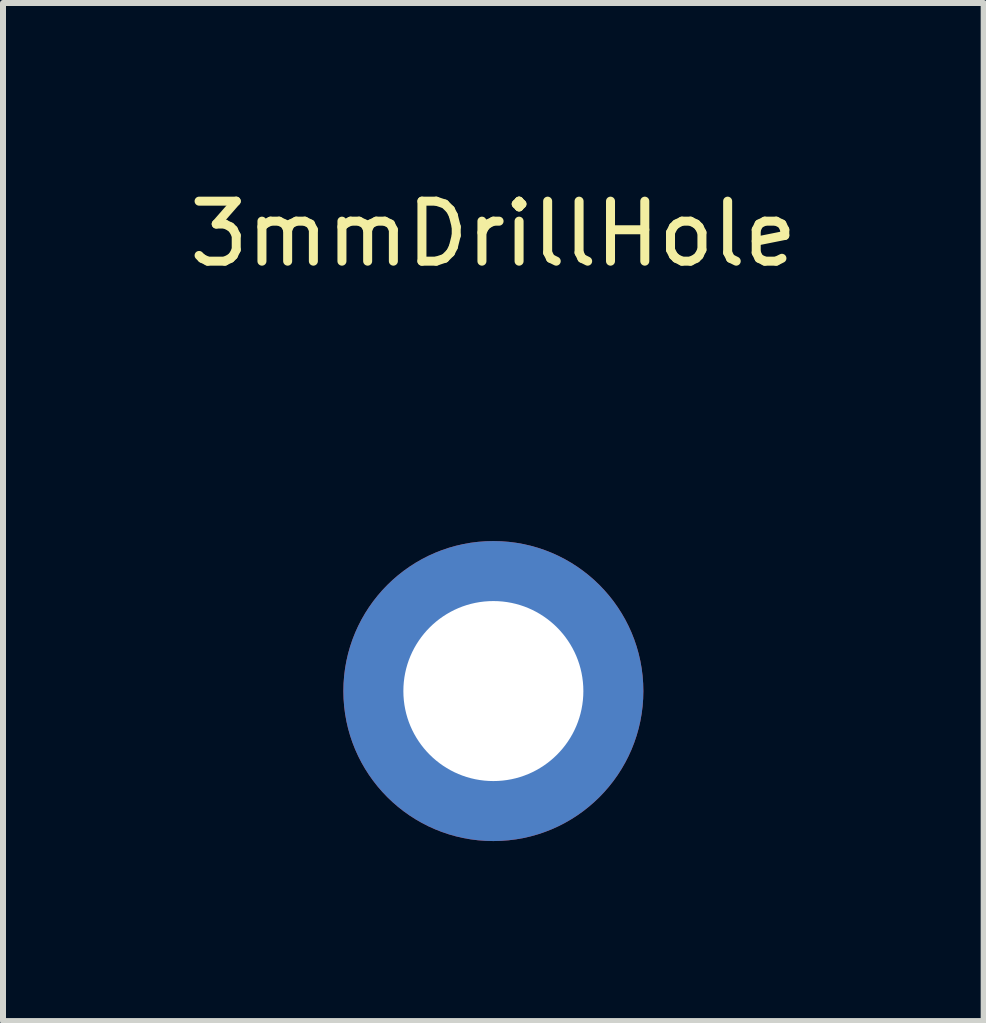
<source format=kicad_pcb>
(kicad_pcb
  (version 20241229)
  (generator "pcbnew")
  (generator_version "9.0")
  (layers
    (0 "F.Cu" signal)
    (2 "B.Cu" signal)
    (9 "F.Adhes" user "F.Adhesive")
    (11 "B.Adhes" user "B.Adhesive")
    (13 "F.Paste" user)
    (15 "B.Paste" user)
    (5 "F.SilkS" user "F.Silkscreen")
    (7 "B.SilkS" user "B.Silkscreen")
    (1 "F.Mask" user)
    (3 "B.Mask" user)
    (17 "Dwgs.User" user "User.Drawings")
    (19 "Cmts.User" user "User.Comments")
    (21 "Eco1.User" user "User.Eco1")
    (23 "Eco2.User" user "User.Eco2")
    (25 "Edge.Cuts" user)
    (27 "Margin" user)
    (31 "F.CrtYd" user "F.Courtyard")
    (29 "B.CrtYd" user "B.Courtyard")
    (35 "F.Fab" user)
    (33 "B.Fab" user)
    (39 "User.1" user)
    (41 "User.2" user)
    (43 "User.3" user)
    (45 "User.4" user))
  (footprint "3mmDrillHole"
    (layer "F.Cu")
    (at 5.173 8.468)
    (property "Reference" "3mmDrillHole" (at 0 -7.62 0) (layer "F.SilkS") (effects (font (size 1 1) (thickness 0.15))))
    (attr through_hole)
    (pad "1" thru_hole circle (at 0 0) (size 5 5) (drill 3) (layers "*.Cu" "*.Mask")))
  (gr_rect
    (start -3 -3)
    (end 13.345 13.968)
    (stroke (width 0.1) (type default))
    (fill no)
    (layer "Edge.Cuts")))
</source>
